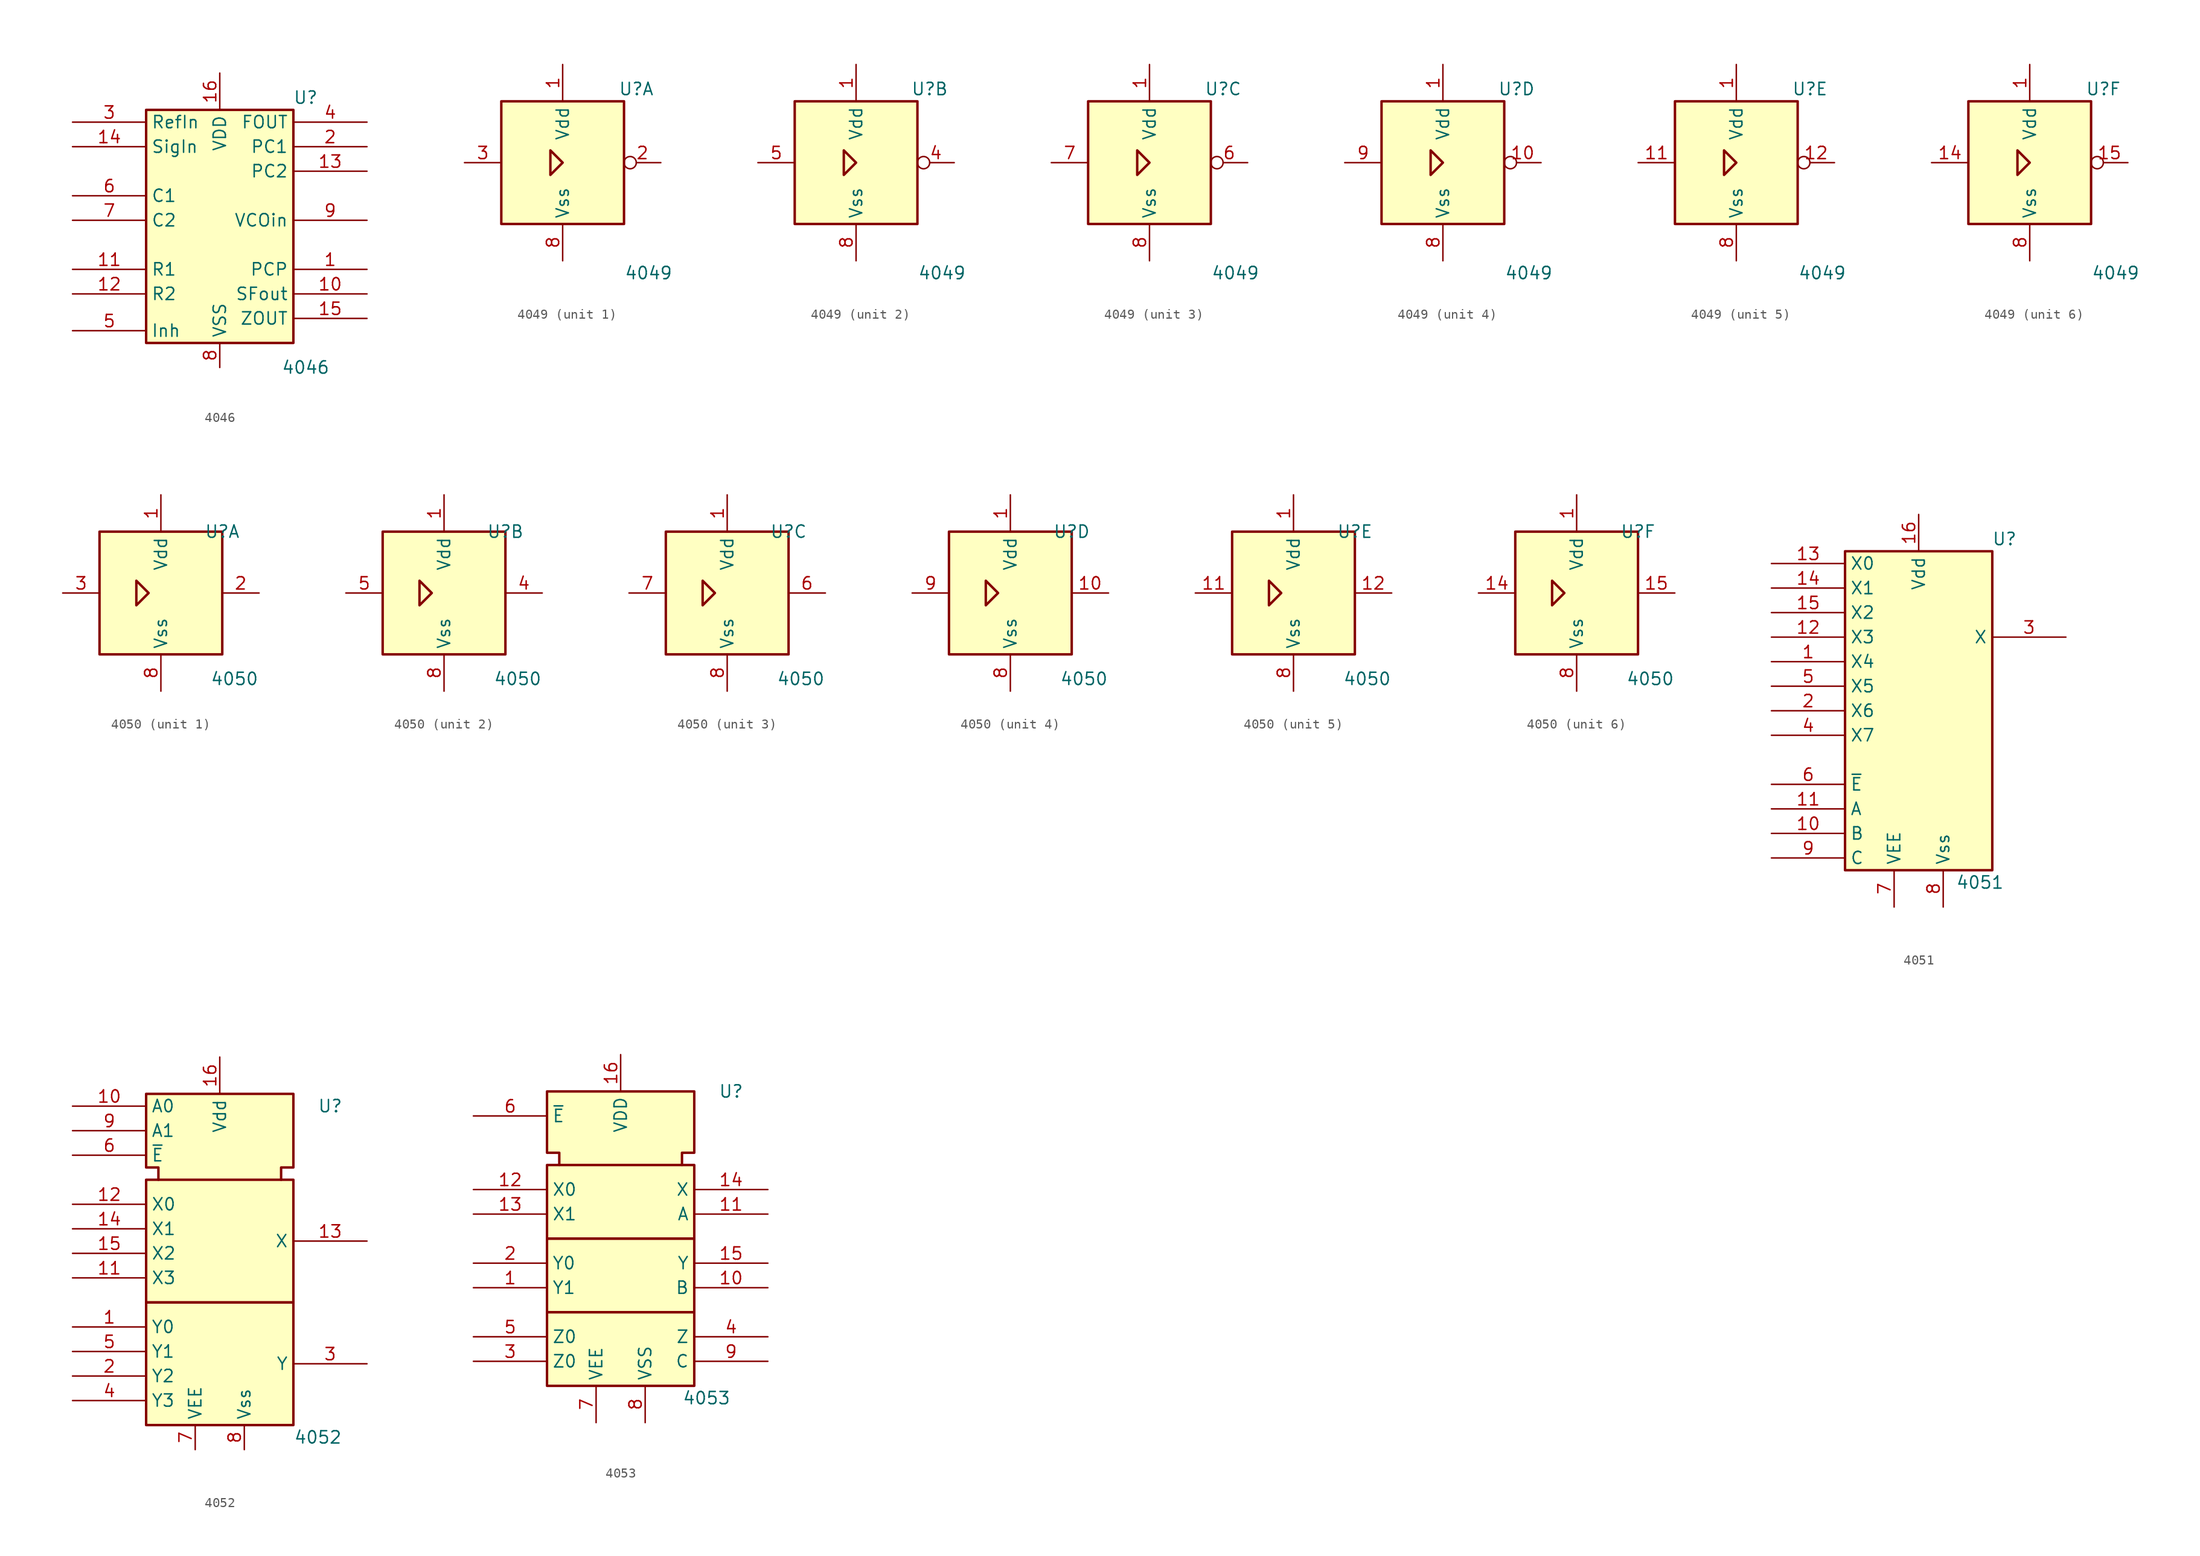
<source format=kicad_sym>
(kicad_symbol_lib
  (version 20241209)
  (generator "kicad_symbol_editor")
  (generator_version "9.0")
  (symbol "4046"
    (property "Reference" "U"
      (at 8.89 12.7 0)
      (effects (font (size 1.27 1.27))))
    (property "Value" "4046"
      (at 8.89 -15.24 0)
      (effects (font (size 1.27 1.27))))
    (symbol "4046_0_1"
      (rectangle (start -7.62 11.43) (end 7.62 -12.7) (stroke (width 0.254) (type default)) (fill (type background)))
      (pin power_in line (at 0 15.24 270) (length 3.81) (name "VDD" (effects (font (size 1.27 1.27)))) (number "16" (effects (font (size 1.27 1.27)))))
      (pin power_in line (at 0 -15.24 90) (length 2.54) (name "VSS" (effects (font (size 1.27 1.27)))) (number "8" (effects (font (size 1.27 1.27))))))
    (symbol "4046_1_1"
      (pin input line (at -15.24 10.16 0) (length 7.62) (name "RefIn" (effects (font (size 1.27 1.27)))) (number "3" (effects (font (size 1.27 1.27)))))
      (pin input line (at -15.24 7.62 0) (length 7.62) (name "SigIn" (effects (font (size 1.27 1.27)))) (number "14" (effects (font (size 1.27 1.27)))))
      (pin input line (at -15.24 2.54 0) (length 7.62) (name "C1" (effects (font (size 1.27 1.27)))) (number "6" (effects (font (size 1.27 1.27)))))
      (pin input line (at -15.24 0 0) (length 7.62) (name "C2" (effects (font (size 1.27 1.27)))) (number "7" (effects (font (size 1.27 1.27)))))
      (pin input line (at -15.24 -5.08 0) (length 7.62) (name "R1" (effects (font (size 1.27 1.27)))) (number "11" (effects (font (size 1.27 1.27)))))
      (pin input line (at -15.24 -7.62 0) (length 7.62) (name "R2" (effects (font (size 1.27 1.27)))) (number "12" (effects (font (size 1.27 1.27)))))
      (pin input line (at -15.24 -11.43 0) (length 7.62) (name "Inh" (effects (font (size 1.27 1.27)))) (number "5" (effects (font (size 1.27 1.27)))))
      (pin output line (at 15.24 10.16 180) (length 7.62) (name "FOUT" (effects (font (size 1.27 1.27)))) (number "4" (effects (font (size 1.27 1.27)))))
      (pin output line (at 15.24 7.62 180) (length 7.62) (name "PC1" (effects (font (size 1.27 1.27)))) (number "2" (effects (font (size 1.27 1.27)))))
      (pin tri_state line (at 15.24 5.08 180) (length 7.62) (name "PC2" (effects (font (size 1.27 1.27)))) (number "13" (effects (font (size 1.27 1.27)))))
      (pin input line (at 15.24 0 180) (length 7.62) (name "VCOin" (effects (font (size 1.27 1.27)))) (number "9" (effects (font (size 1.27 1.27)))))
      (pin output line (at 15.24 -5.08 180) (length 7.62) (name "PCP" (effects (font (size 1.27 1.27)))) (number "1" (effects (font (size 1.27 1.27)))))
      (pin output line (at 15.24 -7.62 180) (length 7.62) (name "SFout" (effects (font (size 1.27 1.27)))) (number "10" (effects (font (size 1.27 1.27)))))
      (pin output line (at 15.24 -10.16 180) (length 7.62) (name "ZOUT" (effects (font (size 1.27 1.27)))) (number "15" (effects (font (size 1.27 1.27)))))))
  (symbol "4049"
    (property "Reference" "U"
      (at 7.62 7.62 0)
      (effects (font (size 1.27 1.27))))
    (property "Value" "4049"
      (at 8.89 -11.43 0)
      (effects (font (size 1.27 1.27))))
    (symbol "4049_0_0"
      (polyline (pts (xy -1.27 1.27) (xy -1.27 -1.27) (xy 0 0) (xy -1.27 1.27) (xy -1.27 1.27)) (stroke (width 0.254) (type default)) (fill (type background)))
      (pin power_in line (at 0 10.16 270) (length 3.81) (name "Vdd" (effects (font (size 1.27 1.27)))) (number "1" (effects (font (size 1.27 1.27)))))
      (pin power_in line (at 0 -10.16 90) (length 3.81) (name "Vss" (effects (font (size 1.27 1.27)))) (number "8" (effects (font (size 1.27 1.27))))))
    (symbol "4049_0_1"
      (rectangle (start -6.35 6.35) (end 6.35 -6.35) (stroke (width 0.254) (type default)) (fill (type background))))
    (symbol "4049_1_1"
      (pin input line (at -10.16 0 0) (length 3.81) (name "~" (effects (font (size 1.27 1.27)))) (number "3" (effects (font (size 1.27 1.27)))))
      (pin output inverted (at 10.16 0 180) (length 3.81) (name "~" (effects (font (size 1.27 1.27)))) (number "2" (effects (font (size 1.27 1.27))))))
    (symbol "4049_2_1"
      (pin input line (at -10.16 0 0) (length 3.81) (name "~" (effects (font (size 1.27 1.27)))) (number "5" (effects (font (size 1.27 1.27)))))
      (pin output inverted (at 10.16 0 180) (length 3.81) (name "~" (effects (font (size 1.27 1.27)))) (number "4" (effects (font (size 1.27 1.27))))))
    (symbol "4049_3_1"
      (pin input line (at -10.16 0 0) (length 3.81) (name "~" (effects (font (size 1.27 1.27)))) (number "7" (effects (font (size 1.27 1.27)))))
      (pin output inverted (at 10.16 0 180) (length 3.81) (name "~" (effects (font (size 1.27 1.27)))) (number "6" (effects (font (size 1.27 1.27))))))
    (symbol "4049_4_1"
      (pin input line (at -10.16 0 0) (length 3.81) (name "~" (effects (font (size 1.27 1.27)))) (number "9" (effects (font (size 1.27 1.27)))))
      (pin output inverted (at 10.16 0 180) (length 3.81) (name "~" (effects (font (size 1.27 1.27)))) (number "10" (effects (font (size 1.27 1.27))))))
    (symbol "4049_5_1"
      (pin input line (at -10.16 0 0) (length 3.81) (name "~" (effects (font (size 1.27 1.27)))) (number "11" (effects (font (size 1.27 1.27)))))
      (pin output inverted (at 10.16 0 180) (length 3.81) (name "~" (effects (font (size 1.27 1.27)))) (number "12" (effects (font (size 1.27 1.27))))))
    (symbol "4049_6_1"
      (pin input line (at -10.16 0 0) (length 3.81) (name "~" (effects (font (size 1.27 1.27)))) (number "14" (effects (font (size 1.27 1.27)))))
      (pin output inverted (at 10.16 0 180) (length 3.81) (name "~" (effects (font (size 1.27 1.27)))) (number "15" (effects (font (size 1.27 1.27)))))))
  (symbol "4050"
    (property "Reference" "U"
      (at 6.35 6.35 0)
      (effects (font (size 1.27 1.27))))
    (property "Value" "4050"
      (at 7.62 -8.89 0)
      (effects (font (size 1.27 1.27))))
    (symbol "4050_0_0"
      (polyline (pts (xy -2.54 1.27) (xy -2.54 -1.27) (xy -1.27 0) (xy -2.54 1.27) (xy -2.54 1.27)) (stroke (width 0.254) (type default)) (fill (type background)))
      (pin power_in line (at 0 10.16 270) (length 3.81) (name "Vdd" (effects (font (size 1.27 1.27)))) (number "1" (effects (font (size 1.27 1.27)))))
      (pin power_in line (at 0 -10.16 90) (length 3.81) (name "Vss" (effects (font (size 1.27 1.27)))) (number "8" (effects (font (size 1.27 1.27))))))
    (symbol "4050_0_1"
      (rectangle (start -6.35 6.35) (end 6.35 -6.35) (stroke (width 0.254) (type default)) (fill (type background))))
    (symbol "4050_1_1"
      (pin input line (at -10.16 0 0) (length 3.81) (name "~" (effects (font (size 1.27 1.27)))) (number "3" (effects (font (size 1.27 1.27)))))
      (pin output line (at 10.16 0 180) (length 3.81) (name "~" (effects (font (size 1.27 1.27)))) (number "2" (effects (font (size 1.27 1.27))))))
    (symbol "4050_2_1"
      (pin input line (at -10.16 0 0) (length 3.81) (name "~" (effects (font (size 1.27 1.27)))) (number "5" (effects (font (size 1.27 1.27)))))
      (pin output line (at 10.16 0 180) (length 3.81) (name "~" (effects (font (size 1.27 1.27)))) (number "4" (effects (font (size 1.27 1.27))))))
    (symbol "4050_3_1"
      (pin input line (at -10.16 0 0) (length 3.81) (name "~" (effects (font (size 1.27 1.27)))) (number "7" (effects (font (size 1.27 1.27)))))
      (pin output line (at 10.16 0 180) (length 3.81) (name "~" (effects (font (size 1.27 1.27)))) (number "6" (effects (font (size 1.27 1.27))))))
    (symbol "4050_4_1"
      (pin input line (at -10.16 0 0) (length 3.81) (name "~" (effects (font (size 1.27 1.27)))) (number "9" (effects (font (size 1.27 1.27)))))
      (pin output line (at 10.16 0 180) (length 3.81) (name "~" (effects (font (size 1.27 1.27)))) (number "10" (effects (font (size 1.27 1.27))))))
    (symbol "4050_5_1"
      (pin input line (at -10.16 0 0) (length 3.81) (name "~" (effects (font (size 1.27 1.27)))) (number "11" (effects (font (size 1.27 1.27)))))
      (pin output line (at 10.16 0 180) (length 3.81) (name "~" (effects (font (size 1.27 1.27)))) (number "12" (effects (font (size 1.27 1.27))))))
    (symbol "4050_6_1"
      (pin input line (at -10.16 0 0) (length 3.81) (name "~" (effects (font (size 1.27 1.27)))) (number "14" (effects (font (size 1.27 1.27)))))
      (pin output line (at 10.16 0 180) (length 3.81) (name "~" (effects (font (size 1.27 1.27)))) (number "15" (effects (font (size 1.27 1.27)))))))
  (symbol "4051"
    (property "Reference" "U"
      (at 8.89 17.78 0)
      (effects (font (size 1.27 1.27))))
    (property "Value" "4051"
      (at 6.35 -17.78 0)
      (effects (font (size 1.27 1.27))))
    (symbol "4051_0_0"
      (pin power_in line (at 0 20.32 270) (length 3.81) (name "Vdd" (effects (font (size 1.27 1.27)))) (number "16" (effects (font (size 1.27 1.27)))))
      (pin power_in line (at 2.54 -20.32 90) (length 3.81) (name "Vss" (effects (font (size 1.27 1.27)))) (number "8" (effects (font (size 1.27 1.27))))))
    (symbol "4051_0_1"
      (rectangle (start -7.62 16.51) (end 7.62 -16.51) (stroke (width 0.254) (type default)) (fill (type background))))
    (symbol "4051_1_1"
      (pin passive line (at -15.24 15.24 0) (length 7.62) (name "X0" (effects (font (size 1.27 1.27)))) (number "13" (effects (font (size 1.27 1.27)))))
      (pin passive line (at -15.24 12.7 0) (length 7.62) (name "X1" (effects (font (size 1.27 1.27)))) (number "14" (effects (font (size 1.27 1.27)))))
      (pin passive line (at -15.24 10.16 0) (length 7.62) (name "X2" (effects (font (size 1.27 1.27)))) (number "15" (effects (font (size 1.27 1.27)))))
      (pin passive line (at -15.24 7.62 0) (length 7.62) (name "X3" (effects (font (size 1.27 1.27)))) (number "12" (effects (font (size 1.27 1.27)))))
      (pin passive line (at -15.24 5.08 0) (length 7.62) (name "X4" (effects (font (size 1.27 1.27)))) (number "1" (effects (font (size 1.27 1.27)))))
      (pin passive line (at -15.24 2.54 0) (length 7.62) (name "X5" (effects (font (size 1.27 1.27)))) (number "5" (effects (font (size 1.27 1.27)))))
      (pin passive line (at -15.24 0 0) (length 7.62) (name "X6" (effects (font (size 1.27 1.27)))) (number "2" (effects (font (size 1.27 1.27)))))
      (pin passive line (at -15.24 -2.54 0) (length 7.62) (name "X7" (effects (font (size 1.27 1.27)))) (number "4" (effects (font (size 1.27 1.27)))))
      (pin input line (at -15.24 -7.62 0) (length 7.62) (name "~{E}" (effects (font (size 1.27 1.27)))) (number "6" (effects (font (size 1.27 1.27)))))
      (pin input line (at -15.24 -10.16 0) (length 7.62) (name "A" (effects (font (size 1.27 1.27)))) (number "11" (effects (font (size 1.27 1.27)))))
      (pin input line (at -15.24 -12.7 0) (length 7.62) (name "B" (effects (font (size 1.27 1.27)))) (number "10" (effects (font (size 1.27 1.27)))))
      (pin input line (at -15.24 -15.24 0) (length 7.62) (name "C" (effects (font (size 1.27 1.27)))) (number "9" (effects (font (size 1.27 1.27)))))
      (pin power_in line (at -2.54 -20.32 90) (length 3.81) (name "VEE" (effects (font (size 1.27 1.27)))) (number "7" (effects (font (size 1.27 1.27)))))
      (pin passive line (at 15.24 7.62 180) (length 7.62) (name "X" (effects (font (size 1.27 1.27)))) (number "3" (effects (font (size 1.27 1.27)))))))
  (symbol "4052"
    (property "Reference" "U"
      (at 11.43 15.24 0)
      (effects (font (size 1.27 1.27))))
    (property "Value" "4052"
      (at 10.16 -19.05 0)
      (effects (font (size 1.27 1.27))))
    (symbol "4052_0_0"
      (pin power_in line (at 0 20.32 270) (length 3.81) (name "Vdd" (effects (font (size 1.27 1.27)))) (number "16" (effects (font (size 1.27 1.27)))))
      (pin power_in line (at 2.54 -20.32 90) (length 2.54) (name "Vss" (effects (font (size 1.27 1.27)))) (number "8" (effects (font (size 1.27 1.27))))))
    (symbol "4052_0_1"
      (rectangle (start -7.62 7.62) (end 7.62 -5.08) (stroke (width 0.254) (type default)) (fill (type background)))
      (rectangle (start -7.62 -5.08) (end 7.62 -17.78) (stroke (width 0.254) (type default)) (fill (type background)))
      (polyline (pts (xy -6.35 7.62) (xy -6.35 8.89) (xy -7.62 8.89) (xy -7.62 16.51) (xy 7.62 16.51) (xy 7.62 8.89) (xy 6.35 8.89) (xy 6.35 7.62) (xy 6.35 7.62)) (stroke (width 0.254) (type default)) (fill (type background))))
    (symbol "4052_1_1"
      (pin input line (at -15.24 15.24 0) (length 7.62) (name "A0" (effects (font (size 1.27 1.27)))) (number "10" (effects (font (size 1.27 1.27)))))
      (pin input line (at -15.24 12.7 0) (length 7.62) (name "A1" (effects (font (size 1.27 1.27)))) (number "9" (effects (font (size 1.27 1.27)))))
      (pin input line (at -15.24 10.16 0) (length 7.62) (name "~{E}" (effects (font (size 1.27 1.27)))) (number "6" (effects (font (size 1.27 1.27)))))
      (pin passive line (at -15.24 5.08 0) (length 7.62) (name "X0" (effects (font (size 1.27 1.27)))) (number "12" (effects (font (size 1.27 1.27)))))
      (pin passive line (at -15.24 2.54 0) (length 7.62) (name "X1" (effects (font (size 1.27 1.27)))) (number "14" (effects (font (size 1.27 1.27)))))
      (pin passive line (at -15.24 0 0) (length 7.62) (name "X2" (effects (font (size 1.27 1.27)))) (number "15" (effects (font (size 1.27 1.27)))))
      (pin passive line (at -15.24 -2.54 0) (length 7.62) (name "X3" (effects (font (size 1.27 1.27)))) (number "11" (effects (font (size 1.27 1.27)))))
      (pin passive line (at -15.24 -7.62 0) (length 7.62) (name "Y0" (effects (font (size 1.27 1.27)))) (number "1" (effects (font (size 1.27 1.27)))))
      (pin passive line (at -15.24 -10.16 0) (length 7.62) (name "Y1" (effects (font (size 1.27 1.27)))) (number "5" (effects (font (size 1.27 1.27)))))
      (pin passive line (at -15.24 -12.7 0) (length 7.62) (name "Y2" (effects (font (size 1.27 1.27)))) (number "2" (effects (font (size 1.27 1.27)))))
      (pin passive line (at -15.24 -15.24 0) (length 7.62) (name "Y3" (effects (font (size 1.27 1.27)))) (number "4" (effects (font (size 1.27 1.27)))))
      (pin power_in line (at -2.54 -20.32 90) (length 2.54) (name "VEE" (effects (font (size 1.27 1.27)))) (number "7" (effects (font (size 1.27 1.27)))))
      (pin passive line (at 15.24 1.27 180) (length 7.62) (name "X" (effects (font (size 1.27 1.27)))) (number "13" (effects (font (size 1.27 1.27)))))
      (pin passive line (at 15.24 -11.43 180) (length 7.62) (name "Y" (effects (font (size 1.27 1.27)))) (number "3" (effects (font (size 1.27 1.27)))))))
  (symbol "4053"
    (property "Reference" "U"
      (at 11.43 13.97 0)
      (effects (font (size 1.27 1.27))))
    (property "Value" "4053"
      (at 8.89 -17.78 0)
      (effects (font (size 1.27 1.27))))
    (symbol "4053_0_0"
      (pin power_in line (at 0 17.78 270) (length 3.81) (name "VDD" (effects (font (size 1.27 1.27)))) (number "16" (effects (font (size 1.27 1.27)))))
      (pin power_in line (at 2.54 -20.32 90) (length 3.81) (name "VSS" (effects (font (size 1.27 1.27)))) (number "8" (effects (font (size 1.27 1.27))))))
    (symbol "4053_0_1"
      (rectangle (start -7.62 6.35) (end 7.62 -1.27) (stroke (width 0.254) (type default)) (fill (type background)))
      (rectangle (start -7.62 -1.27) (end 7.62 -8.89) (stroke (width 0.254) (type default)) (fill (type background)))
      (rectangle (start -7.62 -8.89) (end 7.62 -16.51) (stroke (width 0.254) (type default)) (fill (type background)))
      (polyline (pts (xy -6.35 6.35) (xy -6.35 7.62) (xy -7.62 7.62) (xy -7.62 13.97) (xy 7.62 13.97) (xy 7.62 7.62) (xy 6.35 7.62) (xy 6.35 6.35) (xy 6.35 6.35)) (stroke (width 0.254) (type default)) (fill (type background))))
    (symbol "4053_1_1"
      (pin input line (at -15.24 11.43 0) (length 7.62) (name "~{E}" (effects (font (size 1.27 1.27)))) (number "6" (effects (font (size 1.27 1.27)))))
      (pin passive line (at -15.24 3.81 0) (length 7.62) (name "X0" (effects (font (size 1.27 1.27)))) (number "12" (effects (font (size 1.27 1.27)))))
      (pin passive line (at -15.24 1.27 0) (length 7.62) (name "X1" (effects (font (size 1.27 1.27)))) (number "13" (effects (font (size 1.27 1.27)))))
      (pin passive line (at -15.24 -3.81 0) (length 7.62) (name "Y0" (effects (font (size 1.27 1.27)))) (number "2" (effects (font (size 1.27 1.27)))))
      (pin passive line (at -15.24 -6.35 0) (length 7.62) (name "Y1" (effects (font (size 1.27 1.27)))) (number "1" (effects (font (size 1.27 1.27)))))
      (pin passive line (at -15.24 -11.43 0) (length 7.62) (name "Z0" (effects (font (size 1.27 1.27)))) (number "5" (effects (font (size 1.27 1.27)))))
      (pin passive line (at -15.24 -13.97 0) (length 7.62) (name "Z0" (effects (font (size 1.27 1.27)))) (number "3" (effects (font (size 1.27 1.27)))))
      (pin power_in line (at -2.54 -20.32 90) (length 3.81) (name "VEE" (effects (font (size 1.27 1.27)))) (number "7" (effects (font (size 1.27 1.27)))))
      (pin passive line (at 15.24 3.81 180) (length 7.62) (name "X" (effects (font (size 1.27 1.27)))) (number "14" (effects (font (size 1.27 1.27)))))
      (pin input line (at 15.24 1.27 180) (length 7.62) (name "A" (effects (font (size 1.27 1.27)))) (number "11" (effects (font (size 1.27 1.27)))))
      (pin passive line (at 15.24 -3.81 180) (length 7.62) (name "Y" (effects (font (size 1.27 1.27)))) (number "15" (effects (font (size 1.27 1.27)))))
      (pin input line (at 15.24 -6.35 180) (length 7.62) (name "B" (effects (font (size 1.27 1.27)))) (number "10" (effects (font (size 1.27 1.27)))))
      (pin passive line (at 15.24 -11.43 180) (length 7.62) (name "Z" (effects (font (size 1.27 1.27)))) (number "4" (effects (font (size 1.27 1.27)))))
      (pin input line (at 15.24 -13.97 180) (length 7.62) (name "C" (effects (font (size 1.27 1.27)))) (number "9" (effects (font (size 1.27 1.27))))))))
</source>
